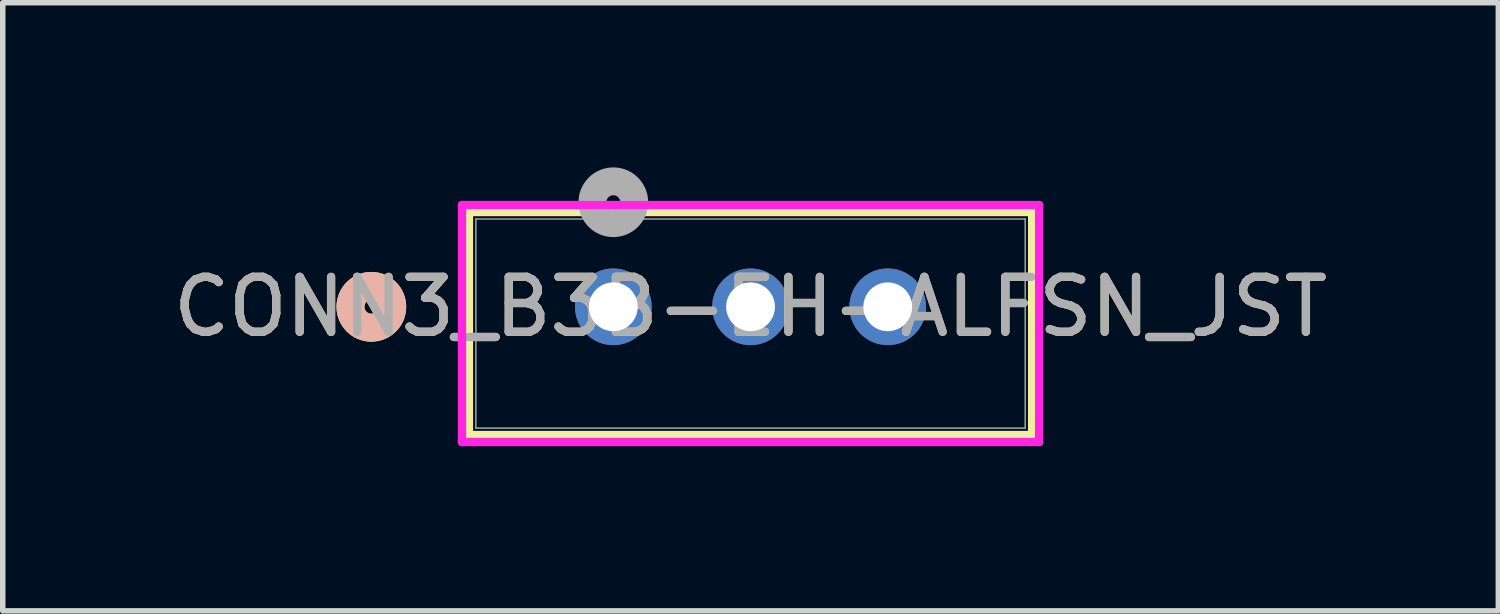
<source format=kicad_pcb>
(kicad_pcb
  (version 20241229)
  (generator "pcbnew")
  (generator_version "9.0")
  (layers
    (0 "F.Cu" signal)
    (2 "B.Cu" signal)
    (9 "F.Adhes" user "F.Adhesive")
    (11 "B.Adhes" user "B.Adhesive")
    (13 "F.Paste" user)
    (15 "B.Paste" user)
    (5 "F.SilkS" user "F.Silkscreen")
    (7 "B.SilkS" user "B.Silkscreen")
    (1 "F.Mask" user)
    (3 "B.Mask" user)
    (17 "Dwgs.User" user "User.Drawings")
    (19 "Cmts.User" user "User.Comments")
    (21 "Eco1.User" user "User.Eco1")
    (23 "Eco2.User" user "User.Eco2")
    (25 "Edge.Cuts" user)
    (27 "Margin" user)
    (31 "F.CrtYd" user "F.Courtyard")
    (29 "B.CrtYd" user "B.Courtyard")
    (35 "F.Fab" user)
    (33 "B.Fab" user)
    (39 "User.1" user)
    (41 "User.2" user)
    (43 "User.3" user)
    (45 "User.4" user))
  (footprint "CONN3_B3B-EH-ALFSN_JST"
    (layer "F.Cu")
    (at 8.125 2.54)
    (property "Reference" "CONN3_B3B-EH-ALFSN_JST" (at 2.5 0 0) (unlocked yes) (layer "F.SilkS") (effects (font (size 1 1) (thickness 0.15))))
    (attr through_hole)
    (fp_line (start -2.631 -1.727) (end -2.631 2.337) (stroke (width 0.152) (type solid)) (layer "F.SilkS"))
    (fp_line (start -2.631 2.337) (end 7.631 2.337) (stroke (width 0.152) (type solid)) (layer "F.SilkS"))
    (fp_line (start 7.631 -1.727) (end -2.631 -1.727) (stroke (width 0.152) (type solid)) (layer "F.SilkS"))
    (fp_line (start 7.631 2.337) (end 7.631 -1.727) (stroke (width 0.152) (type solid)) (layer "F.SilkS"))
    (fp_circle (center -4.409 0) (end -4.028 0) (stroke (width 0.508) (type solid)) (fill no) (layer "F.SilkS"))
    (fp_circle (center -4.409 0) (end -4.028 0) (stroke (width 0.508) (type solid)) (fill no) (layer "B.SilkS"))
    (fp_line (start -2.758 -1.854) (end -2.758 2.464) (stroke (width 0.152) (type solid)) (layer "F.CrtYd"))
    (fp_line (start -2.758 2.464) (end 7.758 2.464) (stroke (width 0.152) (type solid)) (layer "F.CrtYd"))
    (fp_line (start 7.758 -1.854) (end -2.758 -1.854) (stroke (width 0.152) (type solid)) (layer "F.CrtYd"))
    (fp_line (start 7.758 2.464) (end 7.758 -1.854) (stroke (width 0.152) (type solid)) (layer "F.CrtYd"))
    (fp_line (start -2.504 -1.6) (end -2.504 2.21) (stroke (width 0.025) (type solid)) (layer "F.Fab"))
    (fp_line (start -2.504 2.21) (end 7.504 2.21) (stroke (width 0.025) (type solid)) (layer "F.Fab"))
    (fp_line (start 7.504 -1.6) (end -2.504 -1.6) (stroke (width 0.025) (type solid)) (layer "F.Fab"))
    (fp_line (start 7.504 2.21) (end 7.504 -1.6) (stroke (width 0.025) (type solid)) (layer "F.Fab"))
    (fp_circle (center 0 -1.905) (end 0.381 -1.905) (stroke (width 0.508) (type solid)) (fill no) (layer "F.Fab"))
    (fp_text user "${REFERENCE}" (at 2.5 0 0) (unlocked yes) (layer "F.Fab") (effects (font (size 1 1) (thickness 0.15))))
    (pad "1" thru_hole circle (at 0 0) (size 1.397 1.397) (drill 0.889) (layers "*.Cu" "*.Mask"))
    (pad "2" thru_hole circle (at 2.5 0) (size 1.397 1.397) (drill 0.889) (layers "*.Cu" "*.Mask"))
    (pad "3" thru_hole circle (at 5 0) (size 1.397 1.397) (drill 0.889) (layers "*.Cu" "*.Mask")))
  (gr_rect
    (start -3 -3)
    (end 24.25 8.08)
    (stroke (width 0.1) (type default))
    (fill no)
    (layer "Edge.Cuts")))
</source>
